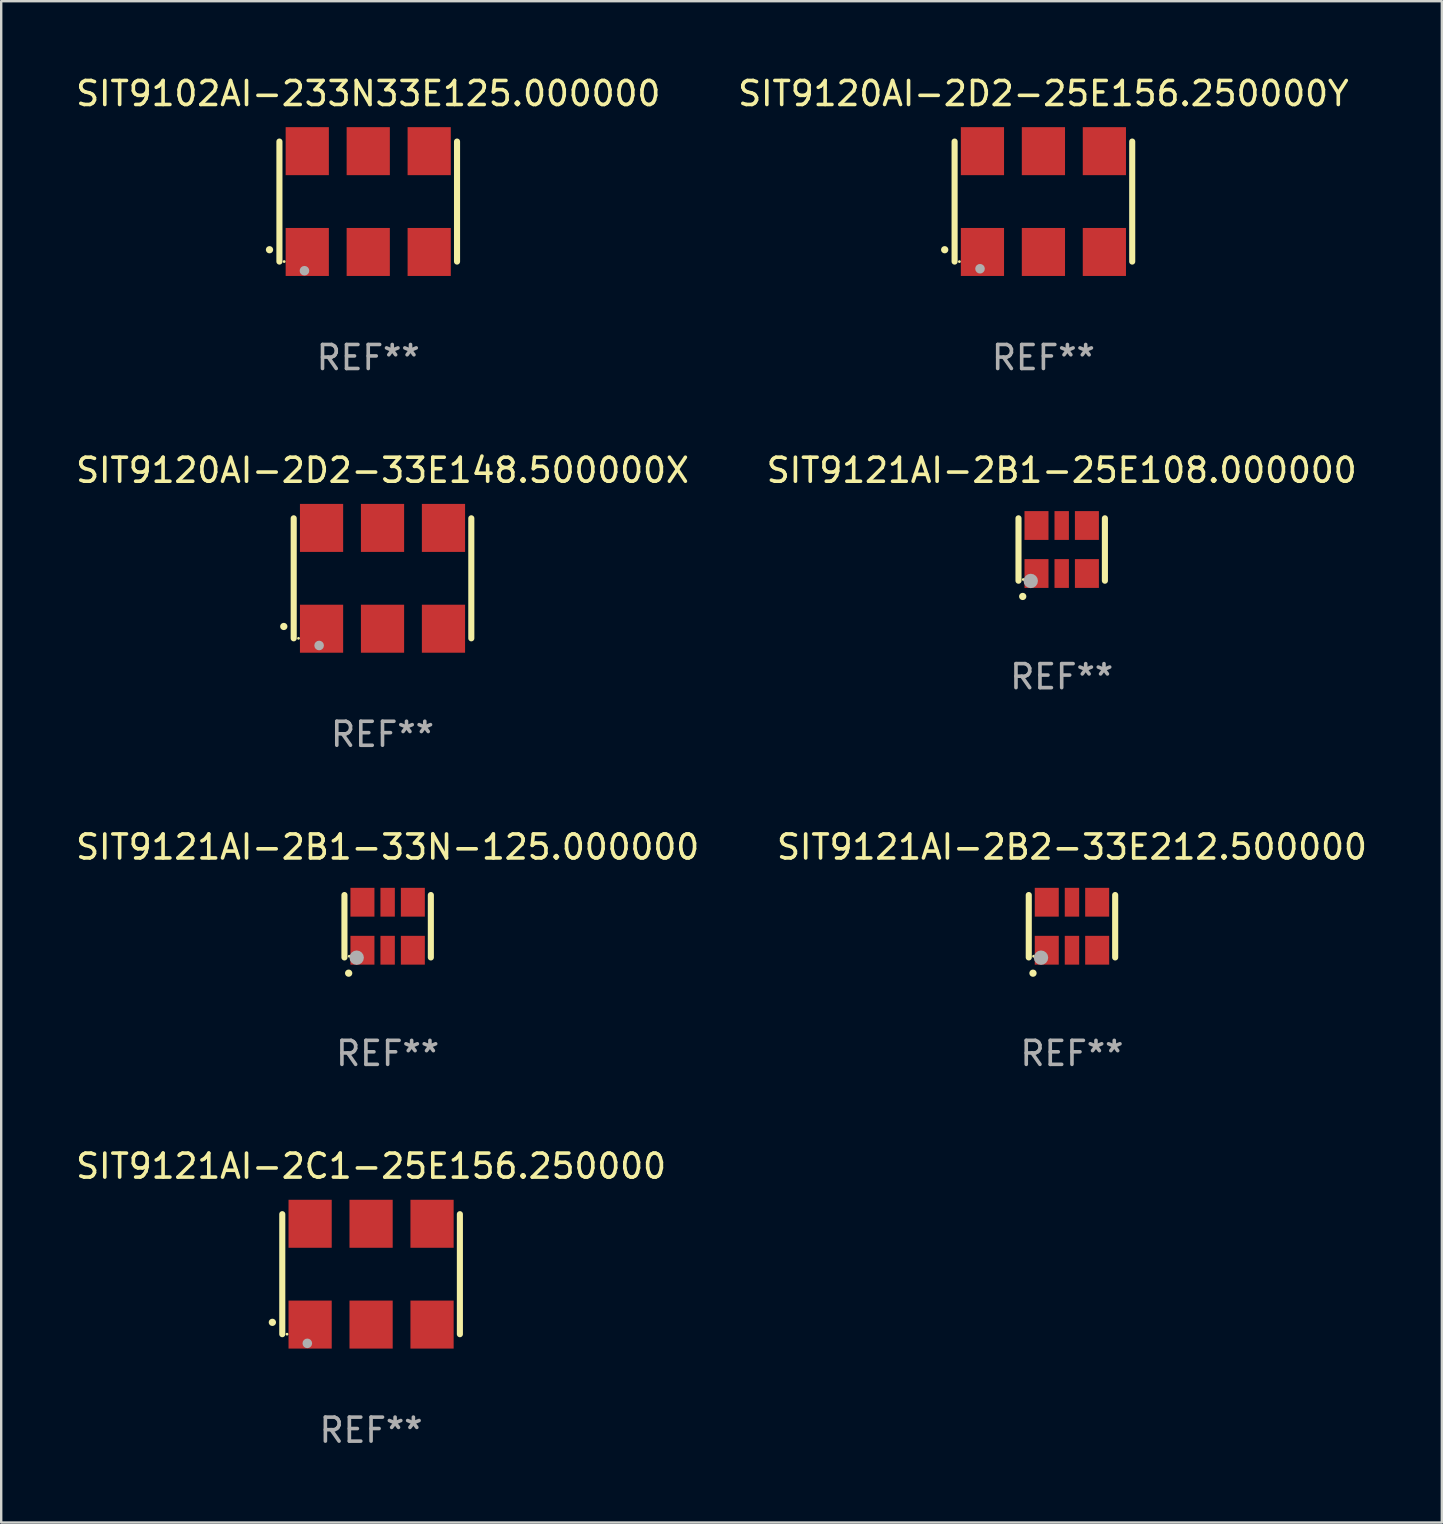
<source format=kicad_pcb>
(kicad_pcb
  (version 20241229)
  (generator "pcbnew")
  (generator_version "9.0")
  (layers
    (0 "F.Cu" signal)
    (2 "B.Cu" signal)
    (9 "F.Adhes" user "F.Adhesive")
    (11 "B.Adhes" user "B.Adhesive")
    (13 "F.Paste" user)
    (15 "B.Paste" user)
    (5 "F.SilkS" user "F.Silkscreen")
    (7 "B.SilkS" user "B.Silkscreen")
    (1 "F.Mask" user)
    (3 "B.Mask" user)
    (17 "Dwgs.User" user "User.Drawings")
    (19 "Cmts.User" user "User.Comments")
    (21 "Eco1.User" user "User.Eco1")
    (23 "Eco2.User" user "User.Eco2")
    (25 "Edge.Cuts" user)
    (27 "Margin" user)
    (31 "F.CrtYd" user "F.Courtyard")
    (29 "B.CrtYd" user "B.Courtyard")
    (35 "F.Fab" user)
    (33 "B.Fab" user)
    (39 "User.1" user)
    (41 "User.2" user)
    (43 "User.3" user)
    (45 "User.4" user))
  (footprint "SIT9121AI-2B1-25E108.000000"
    (layer "F.Cu")
    (at 41.185 19.845)
    (property "Reference" "SIT9121AI-2B1-25E108.000000" (at 0 -3.3 0) (layer "F.SilkS") (effects (font (size 1 1) (thickness 0.15))))
    (attr through_hole)
    (fp_line (start -1.8 -1.3) (end -1.8 1.3) (stroke (width 0.254) (type solid)) (layer "F.SilkS"))
    (fp_line (start 1.8 -1.3) (end 1.8 1.3) (stroke (width 0.254) (type solid)) (layer "F.SilkS"))
    (fp_arc (start -1.625603 1.955804) (mid -1.624333 1.955799) (end -1.623063 1.955804) (stroke (width 0.3) (type solid)) (layer "F.SilkS"))
    (fp_circle (center -1.6 1.25) (end -1.57 1.25) (stroke (width 0.06) (type solid)) (fill no) (layer "F.SilkS"))
    (fp_circle (center -1.29 1.31) (end -1.14 1.31) (stroke (width 0.3) (type solid)) (fill no) (layer "F.Fab"))
    (fp_text user "REF**" (at 0 5.3 0) (layer "F.Fab") (effects (font (size 1 1) (thickness 0.15))))
    (pad "1" smd rect (at -1.05 1) (size 1 1.2) (layers "F.Cu" "F.Mask" "F.Paste"))
    (pad "2" smd rect (at 0 1) (size 0.6 1.2) (layers "F.Cu" "F.Mask" "F.Paste"))
    (pad "3" smd rect (at 1.05 1) (size 1 1.2) (layers "F.Cu" "F.Mask" "F.Paste"))
    (pad "4" smd rect (at 1.05 -1) (size 1 1.2) (layers "F.Cu" "F.Mask" "F.Paste"))
    (pad "5" smd rect (at 0 -1) (size 0.6 1.2) (layers "F.Cu" "F.Mask" "F.Paste"))
    (pad "6" smd rect (at -1.05 -1) (size 1 1.2) (layers "F.Cu" "F.Mask" "F.Paste")))
  (footprint "SIT9121AI-2B1-33N-125.000000"
    (layer "F.Cu")
    (at 13.101 35.541)
    (property "Reference" "SIT9121AI-2B1-33N-125.000000" (at 0 -3.3 0) (layer "F.SilkS") (effects (font (size 1 1) (thickness 0.15))))
    (attr through_hole)
    (fp_line (start -1.8 -1.3) (end -1.8 1.3) (stroke (width 0.254) (type solid)) (layer "F.SilkS"))
    (fp_line (start 1.8 -1.3) (end 1.8 1.3) (stroke (width 0.254) (type solid)) (layer "F.SilkS"))
    (fp_arc (start -1.625603 1.955804) (mid -1.624333 1.955799) (end -1.623063 1.955804) (stroke (width 0.3) (type solid)) (layer "F.SilkS"))
    (fp_circle (center -1.6 1.25) (end -1.57 1.25) (stroke (width 0.06) (type solid)) (fill no) (layer "F.SilkS"))
    (fp_circle (center -1.29 1.31) (end -1.14 1.31) (stroke (width 0.3) (type solid)) (fill no) (layer "F.Fab"))
    (fp_text user "REF**" (at 0 5.3 0) (layer "F.Fab") (effects (font (size 1 1) (thickness 0.15))))
    (pad "1" smd rect (at -1.05 1) (size 1 1.2) (layers "F.Cu" "F.Mask" "F.Paste"))
    (pad "2" smd rect (at 0 1) (size 0.6 1.2) (layers "F.Cu" "F.Mask" "F.Paste"))
    (pad "3" smd rect (at 1.05 1) (size 1 1.2) (layers "F.Cu" "F.Mask" "F.Paste"))
    (pad "4" smd rect (at 1.05 -1) (size 1 1.2) (layers "F.Cu" "F.Mask" "F.Paste"))
    (pad "5" smd rect (at 0 -1) (size 0.6 1.2) (layers "F.Cu" "F.Mask" "F.Paste"))
    (pad "6" smd rect (at -1.05 -1) (size 1 1.2) (layers "F.Cu" "F.Mask" "F.Paste")))
  (footprint "SIT9120AI-2D2-33E148.500000X"
    (layer "F.Cu")
    (at 12.887 21.045)
    (property "Reference" "SIT9120AI-2D2-33E148.500000X" (at 0 -4.5 0) (layer "F.SilkS") (effects (font (size 1 1) (thickness 0.15))))
    (attr through_hole)
    (fp_line (start -3.7 -2.5) (end -3.7 2.5) (stroke (width 0.254) (type solid)) (layer "F.SilkS"))
    (fp_line (start 3.7 -2.5) (end 3.7 2.5) (stroke (width 0.254) (type solid)) (layer "F.SilkS"))
    (fp_arc (start -4.114415 2.006604) (mid -4.113145 2.006599) (end -4.111875 2.006604) (stroke (width 0.3) (type solid)) (layer "F.SilkS"))
    (fp_circle (center -3.5 2.501) (end -3.47 2.501) (stroke (width 0.06) (type solid)) (fill no) (layer "F.SilkS"))
    (fp_circle (center -2.641 2.799) (end -2.541 2.799) (stroke (width 0.2) (type solid)) (fill no) (layer "F.Fab"))
    (fp_text user "REF**" (at 0 6.5 0) (layer "F.Fab") (effects (font (size 1 1) (thickness 0.15))))
    (pad "1" smd rect (at -2.54 2.1) (size 1.8 2) (layers "F.Cu" "F.Mask" "F.Paste"))
    (pad "2" smd rect (at 0.000394 2.1) (size 1.8 2) (layers "F.Cu" "F.Mask" "F.Paste"))
    (pad "3" smd rect (at 2.54 2.1) (size 1.8 2) (layers "F.Cu" "F.Mask" "F.Paste"))
    (pad "4" smd rect (at 2.54 -2.1) (size 1.8 2) (layers "F.Cu" "F.Mask" "F.Paste"))
    (pad "5" smd rect (at 0.000394 -2.1) (size 1.8 2) (layers "F.Cu" "F.Mask" "F.Paste"))
    (pad "6" smd rect (at -2.54 -2.1) (size 1.8 2) (layers "F.Cu" "F.Mask" "F.Paste")))
  (footprint "SIT9120AI-2D2-25E156.250000Y"
    (layer "F.Cu")
    (at 40.423 5.348)
    (property "Reference" "SIT9120AI-2D2-25E156.250000Y" (at 0 -4.5 0) (layer "F.SilkS") (effects (font (size 1 1) (thickness 0.15))))
    (attr through_hole)
    (fp_line (start -3.7 -2.5) (end -3.7 2.5) (stroke (width 0.254) (type solid)) (layer "F.SilkS"))
    (fp_line (start 3.7 -2.5) (end 3.7 2.5) (stroke (width 0.254) (type solid)) (layer "F.SilkS"))
    (fp_arc (start -4.114415 2.006604) (mid -4.113145 2.006599) (end -4.111875 2.006604) (stroke (width 0.3) (type solid)) (layer "F.SilkS"))
    (fp_circle (center -3.5 2.501) (end -3.47 2.501) (stroke (width 0.06) (type solid)) (fill no) (layer "F.SilkS"))
    (fp_circle (center -2.641 2.799) (end -2.541 2.799) (stroke (width 0.2) (type solid)) (fill no) (layer "F.Fab"))
    (fp_text user "REF**" (at 0 6.5 0) (layer "F.Fab") (effects (font (size 1 1) (thickness 0.15))))
    (pad "1" smd rect (at -2.54 2.1) (size 1.8 2) (layers "F.Cu" "F.Mask" "F.Paste"))
    (pad "2" smd rect (at 0.000394 2.1) (size 1.8 2) (layers "F.Cu" "F.Mask" "F.Paste"))
    (pad "3" smd rect (at 2.54 2.1) (size 1.8 2) (layers "F.Cu" "F.Mask" "F.Paste"))
    (pad "4" smd rect (at 2.54 -2.1) (size 1.8 2) (layers "F.Cu" "F.Mask" "F.Paste"))
    (pad "5" smd rect (at 0.000394 -2.1) (size 1.8 2) (layers "F.Cu" "F.Mask" "F.Paste"))
    (pad "6" smd rect (at -2.54 -2.1) (size 1.8 2) (layers "F.Cu" "F.Mask" "F.Paste")))
  (footprint "SIT9121AI-2B2-33E212.500000"
    (layer "F.Cu")
    (at 41.613 35.541)
    (property "Reference" "SIT9121AI-2B2-33E212.500000" (at 0 -3.3 0) (layer "F.SilkS") (effects (font (size 1 1) (thickness 0.15))))
    (attr through_hole)
    (fp_line (start -1.8 -1.3) (end -1.8 1.3) (stroke (width 0.254) (type solid)) (layer "F.SilkS"))
    (fp_line (start 1.8 -1.3) (end 1.8 1.3) (stroke (width 0.254) (type solid)) (layer "F.SilkS"))
    (fp_arc (start -1.625603 1.955804) (mid -1.624333 1.955799) (end -1.623063 1.955804) (stroke (width 0.3) (type solid)) (layer "F.SilkS"))
    (fp_circle (center -1.6 1.25) (end -1.57 1.25) (stroke (width 0.06) (type solid)) (fill no) (layer "F.SilkS"))
    (fp_circle (center -1.29 1.31) (end -1.14 1.31) (stroke (width 0.3) (type solid)) (fill no) (layer "F.Fab"))
    (fp_text user "REF**" (at 0 5.3 0) (layer "F.Fab") (effects (font (size 1 1) (thickness 0.15))))
    (pad "1" smd rect (at -1.05 1) (size 1 1.2) (layers "F.Cu" "F.Mask" "F.Paste"))
    (pad "2" smd rect (at 0 1) (size 0.6 1.2) (layers "F.Cu" "F.Mask" "F.Paste"))
    (pad "3" smd rect (at 1.05 1) (size 1 1.2) (layers "F.Cu" "F.Mask" "F.Paste"))
    (pad "4" smd rect (at 1.05 -1) (size 1 1.2) (layers "F.Cu" "F.Mask" "F.Paste"))
    (pad "5" smd rect (at 0 -1) (size 0.6 1.2) (layers "F.Cu" "F.Mask" "F.Paste"))
    (pad "6" smd rect (at -1.05 -1) (size 1 1.2) (layers "F.Cu" "F.Mask" "F.Paste")))
  (footprint "SIT9121AI-2C1-25E156.250000"
    (layer "F.Cu")
    (at 12.411 50.038)
    (property "Reference" "SIT9121AI-2C1-25E156.250000" (at 0 -4.5 0) (layer "F.SilkS") (effects (font (size 1 1) (thickness 0.15))))
    (attr through_hole)
    (fp_line (start -3.7 -2.5) (end -3.7 2.5) (stroke (width 0.254) (type solid)) (layer "F.SilkS"))
    (fp_line (start 3.7 -2.5) (end 3.7 2.5) (stroke (width 0.254) (type solid)) (layer "F.SilkS"))
    (fp_arc (start -4.114415 2.006604) (mid -4.113145 2.006599) (end -4.111875 2.006604) (stroke (width 0.3) (type solid)) (layer "F.SilkS"))
    (fp_circle (center -3.502 2.5) (end -3.472 2.5) (stroke (width 0.06) (type solid)) (fill no) (layer "F.SilkS"))
    (fp_circle (center -2.657 2.882) (end -2.557 2.882) (stroke (width 0.2) (type solid)) (fill no) (layer "F.Fab"))
    (fp_text user "REF**" (at 0 6.5 0) (layer "F.Fab") (effects (font (size 1 1) (thickness 0.15))))
    (pad "1" smd rect (at -2.54 2.1) (size 1.8 2) (layers "F.Cu" "F.Mask" "F.Paste"))
    (pad "2" smd rect (at 0.000394 2.1) (size 1.8 2) (layers "F.Cu" "F.Mask" "F.Paste"))
    (pad "3" smd rect (at 2.54 2.1) (size 1.8 2) (layers "F.Cu" "F.Mask" "F.Paste"))
    (pad "4" smd rect (at 2.54 -2.1) (size 1.8 2) (layers "F.Cu" "F.Mask" "F.Paste"))
    (pad "5" smd rect (at 0.000394 -2.1) (size 1.8 2) (layers "F.Cu" "F.Mask" "F.Paste"))
    (pad "6" smd rect (at -2.54 -2.1) (size 1.8 2) (layers "F.Cu" "F.Mask" "F.Paste")))
  (footprint "SIT9102AI-233N33E125.000000"
    (layer "F.Cu")
    (at 12.292 5.348)
    (property "Reference" "SIT9102AI-233N33E125.000000" (at 0 -4.5 0) (layer "F.SilkS") (effects (font (size 1 1) (thickness 0.15))))
    (attr through_hole)
    (fp_line (start -3.7 -2.5) (end -3.7 2.5) (stroke (width 0.254) (type solid)) (layer "F.SilkS"))
    (fp_line (start 3.7 -2.5) (end 3.7 2.5) (stroke (width 0.254) (type solid)) (layer "F.SilkS"))
    (fp_arc (start -4.114415 2.006604) (mid -4.113145 2.006599) (end -4.111875 2.006604) (stroke (width 0.3) (type solid)) (layer "F.SilkS"))
    (fp_circle (center -3.502 2.5) (end -3.472 2.5) (stroke (width 0.06) (type solid)) (fill no) (layer "F.SilkS"))
    (fp_circle (center -2.657 2.882) (end -2.557 2.882) (stroke (width 0.2) (type solid)) (fill no) (layer "F.Fab"))
    (fp_text user "REF**" (at 0 6.5 0) (layer "F.Fab") (effects (font (size 1 1) (thickness 0.15))))
    (pad "1" smd rect (at -2.54 2.1) (size 1.8 2) (layers "F.Cu" "F.Mask" "F.Paste"))
    (pad "2" smd rect (at 0.000394 2.1) (size 1.8 2) (layers "F.Cu" "F.Mask" "F.Paste"))
    (pad "3" smd rect (at 2.54 2.1) (size 1.8 2) (layers "F.Cu" "F.Mask" "F.Paste"))
    (pad "4" smd rect (at 2.54 -2.1) (size 1.8 2) (layers "F.Cu" "F.Mask" "F.Paste"))
    (pad "5" smd rect (at 0.000394 -2.1) (size 1.8 2) (layers "F.Cu" "F.Mask" "F.Paste"))
    (pad "6" smd rect (at -2.54 -2.1) (size 1.8 2) (layers "F.Cu" "F.Mask" "F.Paste")))
  (gr_rect
    (start -3 -3)
    (end 57.024 60.386)
    (stroke (width 0.1) (type default))
    (fill no)
    (layer "Edge.Cuts")))
</source>
